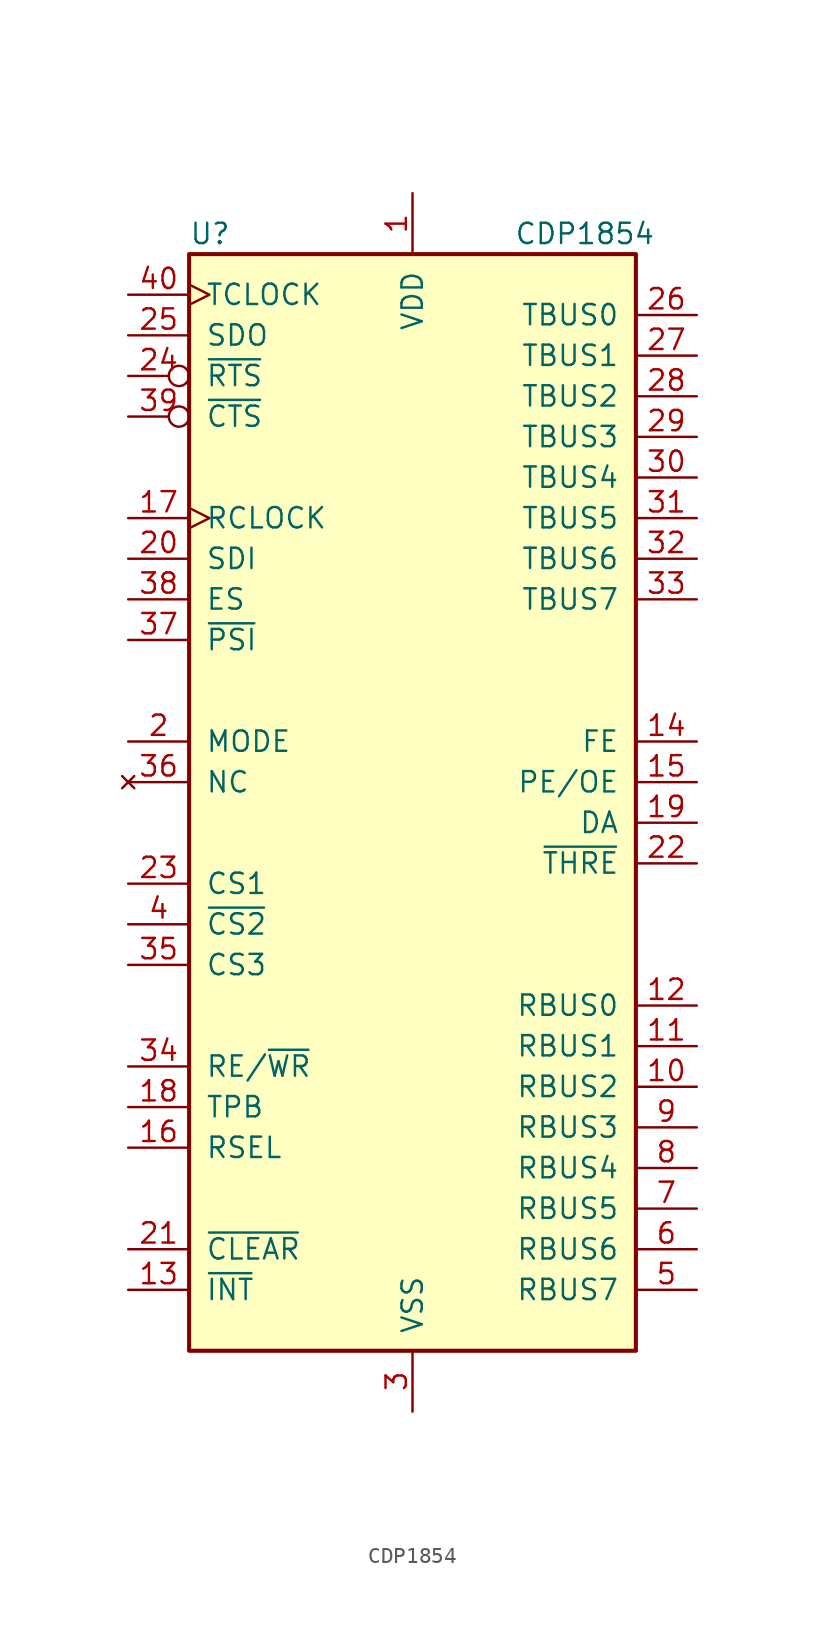
<source format=kicad_sym>
(kicad_symbol_lib
  (version 20211014)
  (generator kicad_symbol_editor)
  (symbol "CDP1854"
    (pin_names
      (offset 1.016))
    (property "Reference" "U"
      (at -13.97 35.56 0)
      (effects (font (size 1.27 1.27)) (justify left)))
    (property "Value" "CDP1854"
      (at 6.35 35.56 0)
      (effects (font (size 1.27 1.27)) (justify left)))
    (symbol "CDP1854_0_1"
      (rectangle (start -13.97 34.29) (end 13.97 -34.29) (stroke (width 0.254) (type default) (color 0 0 0 0)) (fill (type background))))
    (symbol "CDP1854_1_1"
      (pin power_in line (at 0 38.1 270) (length 3.81) (name "VDD" (effects (font (size 1.27 1.27)))) (number "1" (effects (font (size 1.27 1.27)))))
      (pin input line (at 17.78 -17.78 180) (length 3.81) (name "RBUS2" (effects (font (size 1.27 1.27)))) (number "10" (effects (font (size 1.27 1.27)))))
      (pin input line (at 17.78 -15.24 180) (length 3.81) (name "RBUS1" (effects (font (size 1.27 1.27)))) (number "11" (effects (font (size 1.27 1.27)))))
      (pin input line (at 17.78 -12.7 180) (length 3.81) (name "RBUS0" (effects (font (size 1.27 1.27)))) (number "12" (effects (font (size 1.27 1.27)))))
      (pin output line (at -17.78 -30.48 0) (length 3.81) (name "~{INT}" (effects (font (size 1.27 1.27)))) (number "13" (effects (font (size 1.27 1.27)))))
      (pin output line (at 17.78 3.81 180) (length 3.81) (name "FE" (effects (font (size 1.27 1.27)))) (number "14" (effects (font (size 1.27 1.27)))))
      (pin output line (at 17.78 1.27 180) (length 3.81) (name "PE/OE" (effects (font (size 1.27 1.27)))) (number "15" (effects (font (size 1.27 1.27)))))
      (pin input line (at -17.78 -21.59 0) (length 3.81) (name "RSEL" (effects (font (size 1.27 1.27)))) (number "16" (effects (font (size 1.27 1.27)))))
      (pin input clock (at -17.78 17.78 0) (length 3.81) (name "RCLOCK" (effects (font (size 1.27 1.27)))) (number "17" (effects (font (size 1.27 1.27)))))
      (pin input line (at -17.78 -19.05 0) (length 3.81) (name "TPB" (effects (font (size 1.27 1.27)))) (number "18" (effects (font (size 1.27 1.27)))))
      (pin output line (at 17.78 -1.27 180) (length 3.81) (name "DA" (effects (font (size 1.27 1.27)))) (number "19" (effects (font (size 1.27 1.27)))))
      (pin input line (at -17.78 3.81 0) (length 3.81) (name "MODE" (effects (font (size 1.27 1.27)))) (number "2" (effects (font (size 1.27 1.27)))))
      (pin input line (at -17.78 15.24 0) (length 3.81) (name "SDI" (effects (font (size 1.27 1.27)))) (number "20" (effects (font (size 1.27 1.27)))))
      (pin input line (at -17.78 -27.94 0) (length 3.81) (name "~{CLEAR}" (effects (font (size 1.27 1.27)))) (number "21" (effects (font (size 1.27 1.27)))))
      (pin input line (at 17.78 -3.81 180) (length 3.81) (name "~{THRE}" (effects (font (size 1.27 1.27)))) (number "22" (effects (font (size 1.27 1.27)))))
      (pin input line (at -17.78 -5.08 0) (length 3.81) (name "CS1" (effects (font (size 1.27 1.27)))) (number "23" (effects (font (size 1.27 1.27)))))
      (pin output inverted (at -17.78 26.67 0) (length 3.81) (name "~{RTS}" (effects (font (size 1.27 1.27)))) (number "24" (effects (font (size 1.27 1.27)))))
      (pin output line (at -17.78 29.21 0) (length 3.81) (name "SDO" (effects (font (size 1.27 1.27)))) (number "25" (effects (font (size 1.27 1.27)))))
      (pin output line (at 17.78 30.48 180) (length 3.81) (name "TBUS0" (effects (font (size 1.27 1.27)))) (number "26" (effects (font (size 1.27 1.27)))))
      (pin output line (at 17.78 27.94 180) (length 3.81) (name "TBUS1" (effects (font (size 1.27 1.27)))) (number "27" (effects (font (size 1.27 1.27)))))
      (pin output line (at 17.78 25.4 180) (length 3.81) (name "TBUS2" (effects (font (size 1.27 1.27)))) (number "28" (effects (font (size 1.27 1.27)))))
      (pin output line (at 17.78 22.86 180) (length 3.81) (name "TBUS3" (effects (font (size 1.27 1.27)))) (number "29" (effects (font (size 1.27 1.27)))))
      (pin power_in line (at 0 -38.1 90) (length 3.81) (name "VSS" (effects (font (size 1.27 1.27)))) (number "3" (effects (font (size 1.27 1.27)))))
      (pin output line (at 17.78 20.32 180) (length 3.81) (name "TBUS4" (effects (font (size 1.27 1.27)))) (number "30" (effects (font (size 1.27 1.27)))))
      (pin output line (at 17.78 17.78 180) (length 3.81) (name "TBUS5" (effects (font (size 1.27 1.27)))) (number "31" (effects (font (size 1.27 1.27)))))
      (pin output line (at 17.78 15.24 180) (length 3.81) (name "TBUS6" (effects (font (size 1.27 1.27)))) (number "32" (effects (font (size 1.27 1.27)))))
      (pin output line (at 17.78 12.7 180) (length 3.81) (name "TBUS7" (effects (font (size 1.27 1.27)))) (number "33" (effects (font (size 1.27 1.27)))))
      (pin input line (at -17.78 -16.51 0) (length 3.81) (name "RE/~{WR}" (effects (font (size 1.27 1.27)))) (number "34" (effects (font (size 1.27 1.27)))))
      (pin input line (at -17.78 -10.16 0) (length 3.81) (name "CS3" (effects (font (size 1.27 1.27)))) (number "35" (effects (font (size 1.27 1.27)))))
      (pin no_connect line (at -17.78 1.27 0) (length 3.81) (name "NC" (effects (font (size 1.27 1.27)))) (number "36" (effects (font (size 1.27 1.27)))))
      (pin input line (at -17.78 10.16 0) (length 3.81) (name "~{PSI}" (effects (font (size 1.27 1.27)))) (number "37" (effects (font (size 1.27 1.27)))))
      (pin input line (at -17.78 12.7 0) (length 3.81) (name "ES" (effects (font (size 1.27 1.27)))) (number "38" (effects (font (size 1.27 1.27)))))
      (pin input inverted (at -17.78 24.13 0) (length 3.81) (name "~{CTS}" (effects (font (size 1.27 1.27)))) (number "39" (effects (font (size 1.27 1.27)))))
      (pin input line (at -17.78 -7.62 0) (length 3.81) (name "~{CS2}" (effects (font (size 1.27 1.27)))) (number "4" (effects (font (size 1.27 1.27)))))
      (pin input clock (at -17.78 31.75 0) (length 3.81) (name "TCLOCK" (effects (font (size 1.27 1.27)))) (number "40" (effects (font (size 1.27 1.27)))))
      (pin input line (at 17.78 -30.48 180) (length 3.81) (name "RBUS7" (effects (font (size 1.27 1.27)))) (number "5" (effects (font (size 1.27 1.27)))))
      (pin input line (at 17.78 -27.94 180) (length 3.81) (name "RBUS6" (effects (font (size 1.27 1.27)))) (number "6" (effects (font (size 1.27 1.27)))))
      (pin input line (at 17.78 -25.4 180) (length 3.81) (name "RBUS5" (effects (font (size 1.27 1.27)))) (number "7" (effects (font (size 1.27 1.27)))))
      (pin input line (at 17.78 -22.86 180) (length 3.81) (name "RBUS4" (effects (font (size 1.27 1.27)))) (number "8" (effects (font (size 1.27 1.27)))))
      (pin input line (at 17.78 -20.32 180) (length 3.81) (name "RBUS3" (effects (font (size 1.27 1.27)))) (number "9" (effects (font (size 1.27 1.27))))))))
</source>
